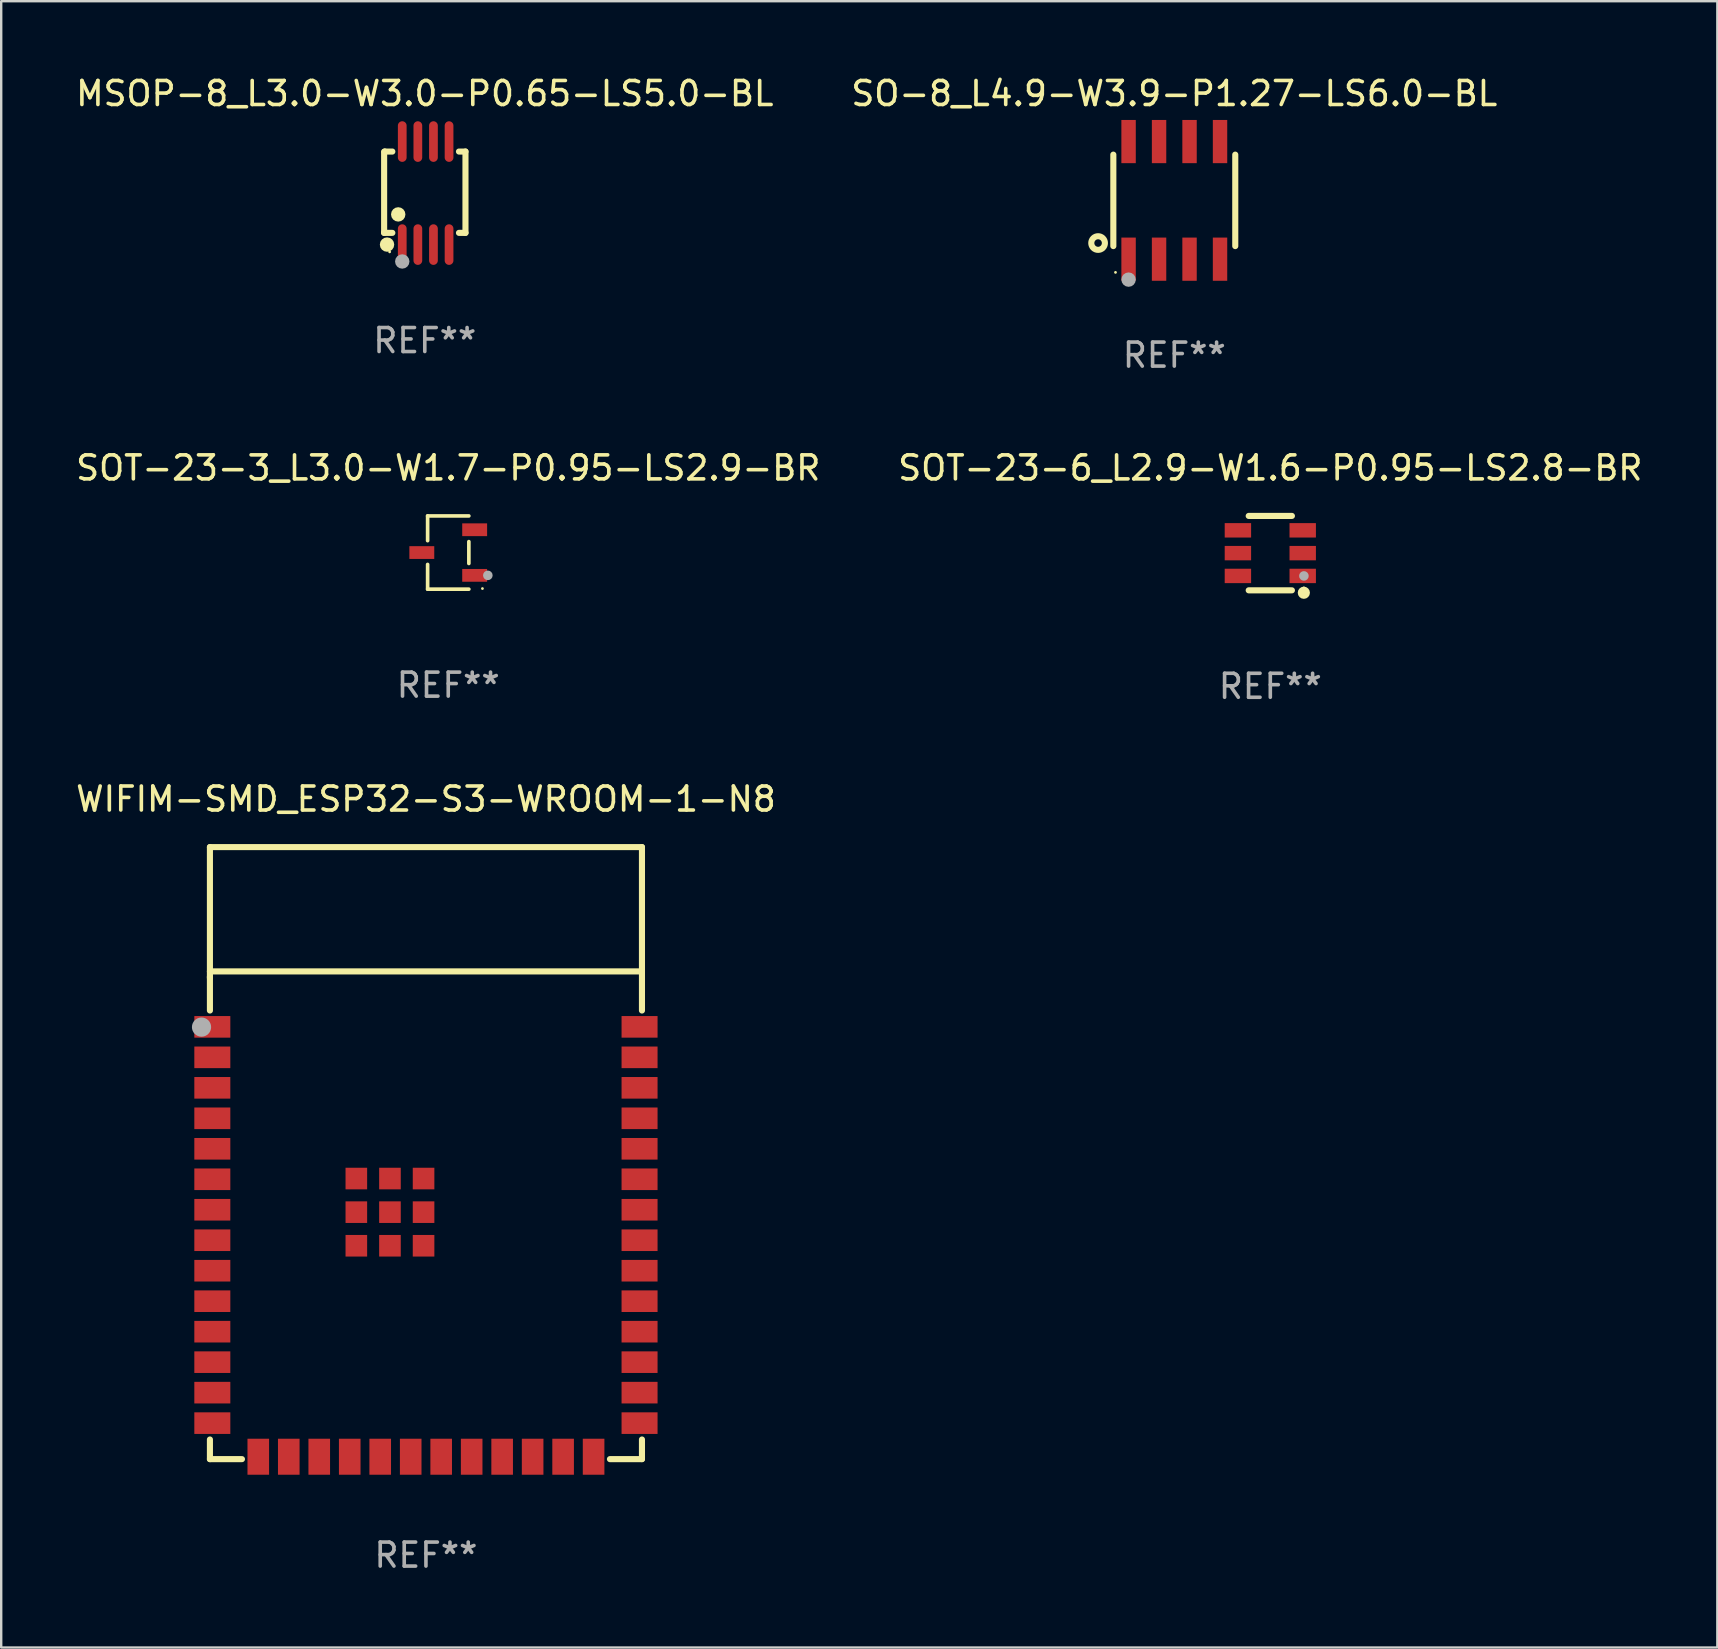
<source format=kicad_pcb>
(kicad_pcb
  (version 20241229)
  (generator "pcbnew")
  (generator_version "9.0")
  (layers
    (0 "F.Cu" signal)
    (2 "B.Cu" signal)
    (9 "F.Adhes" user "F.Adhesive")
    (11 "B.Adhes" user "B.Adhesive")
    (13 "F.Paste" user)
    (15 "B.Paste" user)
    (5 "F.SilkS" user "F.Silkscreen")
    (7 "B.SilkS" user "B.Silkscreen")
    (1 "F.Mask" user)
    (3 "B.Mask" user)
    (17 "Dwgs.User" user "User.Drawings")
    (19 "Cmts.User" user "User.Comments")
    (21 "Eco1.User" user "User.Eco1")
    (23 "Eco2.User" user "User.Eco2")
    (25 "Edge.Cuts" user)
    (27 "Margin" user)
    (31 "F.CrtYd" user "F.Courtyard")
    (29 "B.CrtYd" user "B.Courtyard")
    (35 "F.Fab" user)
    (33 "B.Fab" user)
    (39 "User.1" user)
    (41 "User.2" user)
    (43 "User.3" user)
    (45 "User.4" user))
  (footprint "SO-8_L4.9-W3.9-P1.27-LS6.0-BL"
    (layer "F.Cu")
    (at 45.875 5.298)
    (property "Reference" "SO-8_L4.9-W3.9-P1.27-LS6.0-BL" (at 0 -4.45 0) (layer "F.SilkS") (effects (font (size 1 1) (thickness 0.15))))
    (attr through_hole)
    (fp_line (start -2.54 -1.905) (end -2.54 1.905) (stroke (width 0.254) (type solid)) (layer "F.SilkS"))
    (fp_line (start 2.54 -1.905) (end 2.54 1.905) (stroke (width 0.254) (type solid)) (layer "F.SilkS"))
    (fp_circle (center -3.175 1.778) (end -2.891 1.778) (stroke (width 0.254) (type solid)) (fill no) (layer "F.SilkS"))
    (fp_circle (center -2.45 3) (end -2.42 3) (stroke (width 0.06) (type solid)) (fill no) (layer "F.SilkS"))
    (fp_circle (center -1.905 3.302) (end -1.755 3.302) (stroke (width 0.3) (type solid)) (fill no) (layer "F.Fab"))
    (fp_text user "REF**" (at 0 6.45 0) (layer "F.Fab") (effects (font (size 1 1) (thickness 0.15))))
    (pad "1" smd rect (at -1.905 2.45) (size 0.6 1.8) (layers "F.Cu" "F.Mask" "F.Paste"))
    (pad "2" smd rect (at -0.635 2.45) (size 0.6 1.8) (layers "F.Cu" "F.Mask" "F.Paste"))
    (pad "3" smd rect (at 0.635 2.45) (size 0.6 1.8) (layers "F.Cu" "F.Mask" "F.Paste"))
    (pad "4" smd rect (at 1.905 2.45) (size 0.6 1.8) (layers "F.Cu" "F.Mask" "F.Paste"))
    (pad "5" smd rect (at 1.905 -2.45 180) (size 0.6 1.8) (layers "F.Cu" "F.Mask" "F.Paste"))
    (pad "6" smd rect (at 0.635 -2.45 180) (size 0.6 1.8) (layers "F.Cu" "F.Mask" "F.Paste"))
    (pad "7" smd rect (at -0.635 -2.45 180) (size 0.6 1.8) (layers "F.Cu" "F.Mask" "F.Paste"))
    (pad "8" smd rect (at -1.905 -2.45 180) (size 0.6 1.8) (layers "F.Cu" "F.Mask" "F.Paste")))
  (footprint "SOT-23-6_L2.9-W1.6-P0.95-LS2.8-BR"
    (layer "F.Cu")
    (at 49.875 19.995)
    (property "Reference" "SOT-23-6_L2.9-W1.6-P0.95-LS2.8-BR" (at 0 -3.55 0) (layer "F.SilkS") (effects (font (size 1 1) (thickness 0.15))))
    (attr through_hole)
    (fp_line (start -0.9 -1.55) (end 0.9 -1.55) (stroke (width 0.254) (type solid)) (layer "F.SilkS"))
    (fp_line (start -0.9 1.55) (end 0.9 1.55) (stroke (width 0.254) (type solid)) (layer "F.SilkS"))
    (fp_circle (center 1.397 1.651) (end 1.524 1.651) (stroke (width 0.254) (type solid)) (fill no) (layer "F.SilkS"))
    (fp_circle (center 1.4 1.45) (end 1.43 1.45) (stroke (width 0.06) (type solid)) (fill no) (layer "F.SilkS"))
    (fp_circle (center 1.4 0.95) (end 1.5 0.95) (stroke (width 0.2) (type solid)) (fill no) (layer "F.Fab"))
    (fp_text user "REF**" (at 0 5.55 0) (layer "F.Fab") (effects (font (size 1 1) (thickness 0.15))))
    (pad "1" smd rect (at 1.35 0.95) (size 1.1 0.6) (layers "F.Cu" "F.Mask" "F.Paste"))
    (pad "2" smd rect (at 1.35 0) (size 1.1 0.6) (layers "F.Cu" "F.Mask" "F.Paste"))
    (pad "3" smd rect (at 1.35 -0.95) (size 1.1 0.6) (layers "F.Cu" "F.Mask" "F.Paste"))
    (pad "4" smd rect (at -1.35 -0.95) (size 1.1 0.6) (layers "F.Cu" "F.Mask" "F.Paste"))
    (pad "5" smd rect (at -1.35 0) (size 1.1 0.6) (layers "F.Cu" "F.Mask" "F.Paste"))
    (pad "6" smd rect (at -1.35 0.95) (size 1.1 0.6) (layers "F.Cu" "F.Mask" "F.Paste")))
  (footprint "WIFIM-SMD_ESP32-S3-WROOM-1-N8"
    (layer "F.Cu")
    (at 14.696 48.687)
    (property "Reference" "WIFIM-SMD_ESP32-S3-WROOM-1-N8" (at 0 -18.445 0) (layer "F.SilkS") (effects (font (size 1 1) (thickness 0.15))))
    (attr through_hole)
    (fp_line (start -9 -16.445) (end 9 -16.445) (stroke (width 0.254) (type solid)) (layer "F.SilkS"))
    (fp_line (start -9 -11.265) (end 9 -11.265) (stroke (width 0.254) (type solid)) (layer "F.SilkS"))
    (fp_line (start -9 -10.995) (end -9 -16.445) (stroke (width 0.254) (type solid)) (layer "F.SilkS"))
    (fp_line (start -9 -9.636) (end -9 -11.045) (stroke (width 0.254) (type solid)) (layer "F.SilkS"))
    (fp_line (start -9 9.055) (end -9 8.237) (stroke (width 0.254) (type solid)) (layer "F.SilkS"))
    (fp_line (start -7.666 9.055) (end -9 9.055) (stroke (width 0.254) (type solid)) (layer "F.SilkS"))
    (fp_line (start 9 -16.445) (end 9 -9.636) (stroke (width 0.254) (type solid)) (layer "F.SilkS"))
    (fp_line (start 9 8.237) (end 9 9.055) (stroke (width 0.254) (type solid)) (layer "F.SilkS"))
    (fp_line (start 9 9.055) (end 7.666 9.055) (stroke (width 0.254) (type solid)) (layer "F.SilkS"))
    (fp_circle (center -9 -16.445) (end -8.97 -16.445) (stroke (width 0.06) (type solid)) (fill no) (layer "F.SilkS"))
    (fp_circle (center -9.35 -8.945) (end -9.15 -8.945) (stroke (width 0.4) (type solid)) (fill no) (layer "F.Fab"))
    (fp_text user "REF**" (at 0 13.055 0) (layer "F.Fab") (effects (font (size 1 1) (thickness 0.15))))
    (pad "1" smd rect (at -8.9 -8.955) (size 1.5 0.9) (layers "F.Cu" "F.Mask" "F.Paste"))
    (pad "2" smd rect (at -8.9 -7.685) (size 1.5 0.9) (layers "F.Cu" "F.Mask" "F.Paste"))
    (pad "3" smd rect (at -8.9 -6.415) (size 1.5 0.9) (layers "F.Cu" "F.Mask" "F.Paste"))
    (pad "4" smd rect (at -8.9 -5.145) (size 1.5 0.9) (layers "F.Cu" "F.Mask" "F.Paste"))
    (pad "5" smd rect (at -8.9 -3.875) (size 1.5 0.9) (layers "F.Cu" "F.Mask" "F.Paste"))
    (pad "6" smd rect (at -8.9 -2.605) (size 1.5 0.9) (layers "F.Cu" "F.Mask" "F.Paste"))
    (pad "7" smd rect (at -8.9 -1.335) (size 1.5 0.9) (layers "F.Cu" "F.Mask" "F.Paste"))
    (pad "8" smd rect (at -8.9 -0.065) (size 1.5 0.9) (layers "F.Cu" "F.Mask" "F.Paste"))
    (pad "9" smd rect (at -8.9 1.205) (size 1.5 0.9) (layers "F.Cu" "F.Mask" "F.Paste"))
    (pad "10" smd rect (at -8.9 2.475) (size 1.5 0.9) (layers "F.Cu" "F.Mask" "F.Paste"))
    (pad "11" smd rect (at -8.9 3.745) (size 1.5 0.9) (layers "F.Cu" "F.Mask" "F.Paste"))
    (pad "12" smd rect (at -8.9 5.015) (size 1.5 0.9) (layers "F.Cu" "F.Mask" "F.Paste"))
    (pad "13" smd rect (at -8.9 6.285) (size 1.5 0.9) (layers "F.Cu" "F.Mask" "F.Paste"))
    (pad "14" smd rect (at -8.9 7.555) (size 1.5 0.9) (layers "F.Cu" "F.Mask" "F.Paste"))
    (pad "15" smd rect (at -6.985 8.955) (size 0.9 1.5) (layers "F.Cu" "F.Mask" "F.Paste"))
    (pad "16" smd rect (at -5.715 8.955) (size 0.9 1.5) (layers "F.Cu" "F.Mask" "F.Paste"))
    (pad "17" smd rect (at -4.445 8.955) (size 0.9 1.5) (layers "F.Cu" "F.Mask" "F.Paste"))
    (pad "18" smd rect (at -3.175 8.955) (size 0.9 1.5) (layers "F.Cu" "F.Mask" "F.Paste"))
    (pad "19" smd rect (at -1.905 8.955) (size 0.9 1.5) (layers "F.Cu" "F.Mask" "F.Paste"))
    (pad "20" smd rect (at -0.635 8.955) (size 0.9 1.5) (layers "F.Cu" "F.Mask" "F.Paste"))
    (pad "21" smd rect (at 0.635 8.955) (size 0.9 1.5) (layers "F.Cu" "F.Mask" "F.Paste"))
    (pad "22" smd rect (at 1.905 8.955) (size 0.9 1.5) (layers "F.Cu" "F.Mask" "F.Paste"))
    (pad "23" smd rect (at 3.175 8.955) (size 0.9 1.5) (layers "F.Cu" "F.Mask" "F.Paste"))
    (pad "24" smd rect (at 4.445 8.955) (size 0.9 1.5) (layers "F.Cu" "F.Mask" "F.Paste"))
    (pad "25" smd rect (at 5.715 8.955) (size 0.9 1.5) (layers "F.Cu" "F.Mask" "F.Paste"))
    (pad "26" smd rect (at 6.985 8.955) (size 0.9 1.5) (layers "F.Cu" "F.Mask" "F.Paste"))
    (pad "27" smd rect (at 8.9 7.555) (size 1.5 0.9) (layers "F.Cu" "F.Mask" "F.Paste"))
    (pad "28" smd rect (at 8.9 6.285) (size 1.5 0.9) (layers "F.Cu" "F.Mask" "F.Paste"))
    (pad "29" smd rect (at 8.9 5.015) (size 1.5 0.9) (layers "F.Cu" "F.Mask" "F.Paste"))
    (pad "30" smd rect (at 8.9 3.745) (size 1.5 0.9) (layers "F.Cu" "F.Mask" "F.Paste"))
    (pad "31" smd rect (at 8.9 2.475) (size 1.5 0.9) (layers "F.Cu" "F.Mask" "F.Paste"))
    (pad "32" smd rect (at 8.9 1.205) (size 1.5 0.9) (layers "F.Cu" "F.Mask" "F.Paste"))
    (pad "33" smd rect (at 8.9 -0.065) (size 1.5 0.9) (layers "F.Cu" "F.Mask" "F.Paste"))
    (pad "34" smd rect (at 8.9 -1.335) (size 1.5 0.9) (layers "F.Cu" "F.Mask" "F.Paste"))
    (pad "35" smd rect (at 8.9 -2.605) (size 1.5 0.9) (layers "F.Cu" "F.Mask" "F.Paste"))
    (pad "36" smd rect (at 8.9 -3.875) (size 1.5 0.9) (layers "F.Cu" "F.Mask" "F.Paste"))
    (pad "37" smd rect (at 8.9 -5.145) (size 1.5 0.9) (layers "F.Cu" "F.Mask" "F.Paste"))
    (pad "38" smd rect (at 8.9 -6.415) (size 1.5 0.9) (layers "F.Cu" "F.Mask" "F.Paste"))
    (pad "39" smd rect (at 8.9 -7.685) (size 1.5 0.9) (layers "F.Cu" "F.Mask" "F.Paste"))
    (pad "40" smd rect (at 8.9 -8.955) (size 1.5 0.9) (layers "F.Cu" "F.Mask" "F.Paste"))
    (pad "41" smd rect (at -2.9 -2.635 90) (size 0.9 0.9) (layers "F.Cu" "F.Mask" "F.Paste"))
    (pad "41" smd rect (at -2.9 -1.235 90) (size 0.9 0.9) (layers "F.Cu" "F.Mask" "F.Paste"))
    (pad "41" smd rect (at -2.9 0.165 90) (size 0.9 0.9) (layers "F.Cu" "F.Mask" "F.Paste"))
    (pad "41" smd rect (at -1.499 -2.635 90) (size 0.9 0.9) (layers "F.Cu" "F.Mask" "F.Paste"))
    (pad "41" smd rect (at -1.499 -1.235 90) (size 0.9 0.9) (layers "F.Cu" "F.Mask" "F.Paste"))
    (pad "41" smd rect (at -1.499 0.165 90) (size 0.9 0.9) (layers "F.Cu" "F.Mask" "F.Paste"))
    (pad "41" smd rect (at -0.099 -2.635 90) (size 0.9 0.9) (layers "F.Cu" "F.Mask" "F.Paste"))
    (pad "41" smd rect (at -0.099 -1.235 90) (size 0.9 0.9) (layers "F.Cu" "F.Mask" "F.Paste"))
    (pad "41" smd rect (at -0.099 0.165 90) (size 0.9 0.9) (layers "F.Cu" "F.Mask" "F.Paste")))
  (footprint "MSOP-8_L3.0-W3.0-P0.65-LS5.0-BL"
    (layer "F.Cu")
    (at 14.684 4.994)
    (property "Reference" "MSOP-8_L3.0-W3.0-P0.65-LS5.0-BL" (at -0.036 -4.146 0) (layer "F.SilkS") (effects (font (size 1 1) (thickness 0.15))))
    (attr through_hole)
    (fp_line (start -1.73 -1.724) (end -1.73 1.652) (stroke (width 0.254) (type solid)) (layer "F.SilkS"))
    (fp_line (start -1.73 1.652) (end -1.723 1.658) (stroke (width 0.254) (type solid)) (layer "F.SilkS"))
    (fp_line (start -1.723 1.658) (end -1.388 1.658) (stroke (width 0.254) (type solid)) (layer "F.SilkS"))
    (fp_line (start -1.697 -1.73) (end -1.717 -1.71) (stroke (width 0.254) (type solid)) (layer "F.SilkS"))
    (fp_line (start -1.388 -1.73) (end -1.697 -1.73) (stroke (width 0.254) (type solid)) (layer "F.SilkS"))
    (fp_line (start 1.388 1.658) (end 1.659 1.658) (stroke (width 0.254) (type solid)) (layer "F.SilkS"))
    (fp_line (start 1.659 -1.73) (end 1.388 -1.73) (stroke (width 0.254) (type solid)) (layer "F.SilkS"))
    (fp_line (start 1.659 1.658) (end 1.659 -1.73) (stroke (width 0.254) (type solid)) (layer "F.SilkS"))
    (fp_circle (center -1.609 2.146) (end -1.459 2.146) (stroke (width 0.3) (type solid)) (fill no) (layer "F.SilkS"))
    (fp_circle (center -1.5 2.45) (end -1.47 2.45) (stroke (width 0.06) (type solid)) (fill no) (layer "F.SilkS"))
    (fp_circle (center -1.143 0.889) (end -0.993 0.889) (stroke (width 0.3) (type solid)) (fill no) (layer "F.SilkS"))
    (fp_circle (center -0.975 2.85) (end -0.825 2.85) (stroke (width 0.3) (type solid)) (fill no) (layer "F.Fab"))
    (fp_text user "REF**" (at -0.036 6.146 0) (layer "F.Fab") (effects (font (size 1 1) (thickness 0.15))))
    (pad "1" smd oval (at -0.975 2.146) (size 0.364 1.692) (layers "F.Cu" "F.Mask" "F.Paste"))
    (pad "2" smd oval (at -0.325 2.146) (size 0.364 1.692) (layers "F.Cu" "F.Mask" "F.Paste"))
    (pad "3" smd oval (at 0.325 2.146) (size 0.364 1.692) (layers "F.Cu" "F.Mask" "F.Paste"))
    (pad "4" smd oval (at 0.975 2.146) (size 0.364 1.692) (layers "F.Cu" "F.Mask" "F.Paste"))
    (pad "5" smd oval (at 0.975 -2.146) (size 0.364 1.692) (layers "F.Cu" "F.Mask" "F.Paste"))
    (pad "6" smd oval (at 0.325 -2.146) (size 0.364 1.692) (layers "F.Cu" "F.Mask" "F.Paste"))
    (pad "7" smd oval (at -0.325 -2.146) (size 0.364 1.692) (layers "F.Cu" "F.Mask" "F.Paste"))
    (pad "8" smd oval (at -0.975 -2.146) (size 0.364 1.692) (layers "F.Cu" "F.Mask" "F.Paste")))
  (footprint "SOT-23-3_L3.0-W1.7-P0.95-LS2.9-BR"
    (layer "F.Cu")
    (at 15.625 19.971)
    (property "Reference" "SOT-23-3_L3.0-W1.7-P0.95-LS2.9-BR" (at 0 -3.526 0) (layer "F.SilkS") (effects (font (size 1 1) (thickness 0.15))))
    (attr through_hole)
    (fp_line (start -0.859 -1.526) (end -0.859 -0.495) (stroke (width 0.152) (type solid)) (layer "F.SilkS"))
    (fp_line (start -0.859 1.526) (end -0.859 0.495) (stroke (width 0.152) (type solid)) (layer "F.SilkS"))
    (fp_line (start 0.859 -1.526) (end -0.859 -1.526) (stroke (width 0.152) (type solid)) (layer "F.SilkS"))
    (fp_line (start 0.859 -0.455) (end 0.859 0.455) (stroke (width 0.152) (type solid)) (layer "F.SilkS"))
    (fp_line (start 0.859 1.526) (end -0.859 1.526) (stroke (width 0.152) (type solid)) (layer "F.SilkS"))
    (fp_circle (center 1.425 1.5) (end 1.455 1.5) (stroke (width 0.06) (type solid)) (fill no) (layer "F.SilkS"))
    (fp_circle (center 1.65 0.95) (end 1.75 0.95) (stroke (width 0.2) (type solid)) (fill no) (layer "F.Fab"))
    (fp_text user "REF**" (at 0 5.526 0) (layer "F.Fab") (effects (font (size 1 1) (thickness 0.15))))
    (pad "1" smd rect (at 1.101 0.95) (size 1.037 0.532) (layers "F.Cu" "F.Mask" "F.Paste"))
    (pad "2" smd rect (at 1.101 -0.95) (size 1.037 0.532) (layers "F.Cu" "F.Mask" "F.Paste"))
    (pad "3" smd rect (at -1.101 0) (size 1.037 0.532) (layers "F.Cu" "F.Mask" "F.Paste")))
  (gr_rect
    (start -3 -3)
    (end 68.5 65.59)
    (stroke (width 0.1) (type default))
    (fill no)
    (layer "Edge.Cuts")))
</source>
